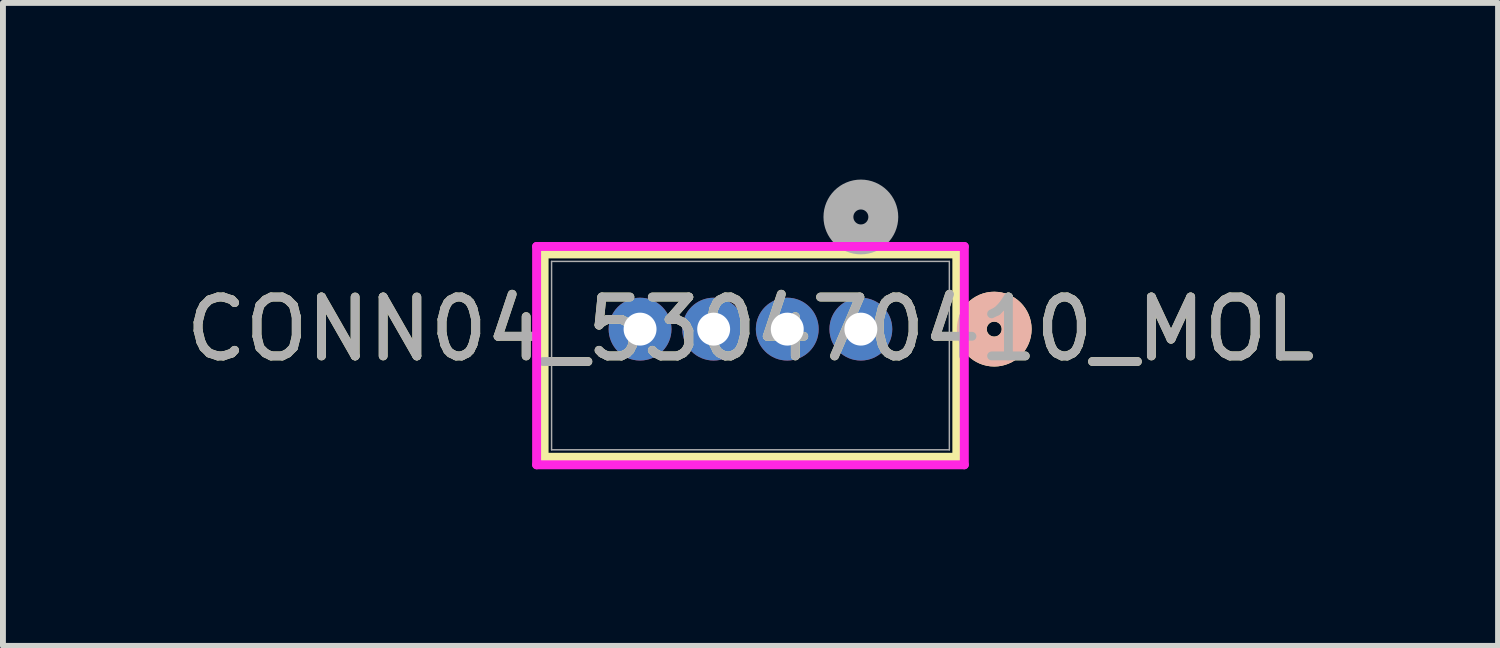
<source format=kicad_pcb>
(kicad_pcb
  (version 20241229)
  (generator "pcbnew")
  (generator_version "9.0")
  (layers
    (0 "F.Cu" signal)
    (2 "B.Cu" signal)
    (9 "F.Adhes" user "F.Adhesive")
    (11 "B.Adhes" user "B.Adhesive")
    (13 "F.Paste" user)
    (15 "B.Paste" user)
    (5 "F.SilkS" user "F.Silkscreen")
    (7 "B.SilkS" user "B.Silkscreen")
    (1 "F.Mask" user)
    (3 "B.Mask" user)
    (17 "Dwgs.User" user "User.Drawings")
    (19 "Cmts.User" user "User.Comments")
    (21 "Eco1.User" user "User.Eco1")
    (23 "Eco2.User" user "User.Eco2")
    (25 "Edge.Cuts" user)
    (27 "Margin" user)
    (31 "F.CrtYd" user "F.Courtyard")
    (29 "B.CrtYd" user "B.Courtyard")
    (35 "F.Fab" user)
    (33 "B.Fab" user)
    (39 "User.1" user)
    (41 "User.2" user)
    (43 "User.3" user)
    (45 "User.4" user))
  (footprint "CONN04_530470410_MOL"
    (layer "F.Cu")
    (at 11.571 2.54)
    (property "Reference" "CONN04_530470410_MOL" (at -1.875 0 0) (unlocked yes) (layer "F.SilkS") (effects (font (size 1 1) (thickness 0.15))))
    (attr through_hole)
    (fp_line (start -5.38 -1.277) (end -5.38 2.177) (stroke (width 0.152) (type solid)) (layer "F.SilkS"))
    (fp_line (start -5.38 2.177) (end 1.63 2.177) (stroke (width 0.152) (type solid)) (layer "F.SilkS"))
    (fp_line (start 1.63 -1.277) (end -5.38 -1.277) (stroke (width 0.152) (type solid)) (layer "F.SilkS"))
    (fp_line (start 1.63 2.177) (end 1.63 -1.277) (stroke (width 0.152) (type solid)) (layer "F.SilkS"))
    (fp_circle (center 2.265 0) (end 2.646 0) (stroke (width 0.508) (type solid)) (fill no) (layer "F.SilkS"))
    (fp_circle (center 2.265 0) (end 2.646 0) (stroke (width 0.508) (type solid)) (fill no) (layer "B.SilkS"))
    (fp_line (start -5.507 -1.404) (end -5.507 2.304) (stroke (width 0.152) (type solid)) (layer "F.CrtYd"))
    (fp_line (start -5.507 2.304) (end 1.757 2.304) (stroke (width 0.152) (type solid)) (layer "F.CrtYd"))
    (fp_line (start 1.757 -1.404) (end -5.507 -1.404) (stroke (width 0.152) (type solid)) (layer "F.CrtYd"))
    (fp_line (start 1.757 2.304) (end 1.757 -1.404) (stroke (width 0.152) (type solid)) (layer "F.CrtYd"))
    (fp_line (start -5.253 -1.15) (end -5.253 2.05) (stroke (width 0.025) (type solid)) (layer "F.Fab"))
    (fp_line (start -5.253 2.05) (end 1.503 2.05) (stroke (width 0.025) (type solid)) (layer "F.Fab"))
    (fp_line (start 1.503 -1.15) (end -5.253 -1.15) (stroke (width 0.025) (type solid)) (layer "F.Fab"))
    (fp_line (start 1.503 2.05) (end 1.503 -1.15) (stroke (width 0.025) (type solid)) (layer "F.Fab"))
    (fp_circle (center 0 -1.905) (end 0.381 -1.905) (stroke (width 0.508) (type solid)) (fill no) (layer "F.Fab"))
    (fp_text user "${REFERENCE}" (at -1.875 0 0) (unlocked yes) (layer "F.Fab") (effects (font (size 1 1) (thickness 0.15))))
    (pad "1" thru_hole circle (at 0 0) (size 1.067 1.067) (drill 0.559) (layers "*.Cu" "*.Mask"))
    (pad "2" thru_hole circle (at -1.25 0) (size 1.067 1.067) (drill 0.559) (layers "*.Cu" "*.Mask"))
    (pad "3" thru_hole circle (at -2.5 0) (size 1.067 1.067) (drill 0.559) (layers "*.Cu" "*.Mask"))
    (pad "4" thru_hole circle (at -3.75 0) (size 1.067 1.067) (drill 0.559) (layers "*.Cu" "*.Mask")))
  (gr_rect
    (start -3 -3)
    (end 22.393 7.92)
    (stroke (width 0.1) (type default))
    (fill no)
    (layer "Edge.Cuts")))
</source>
